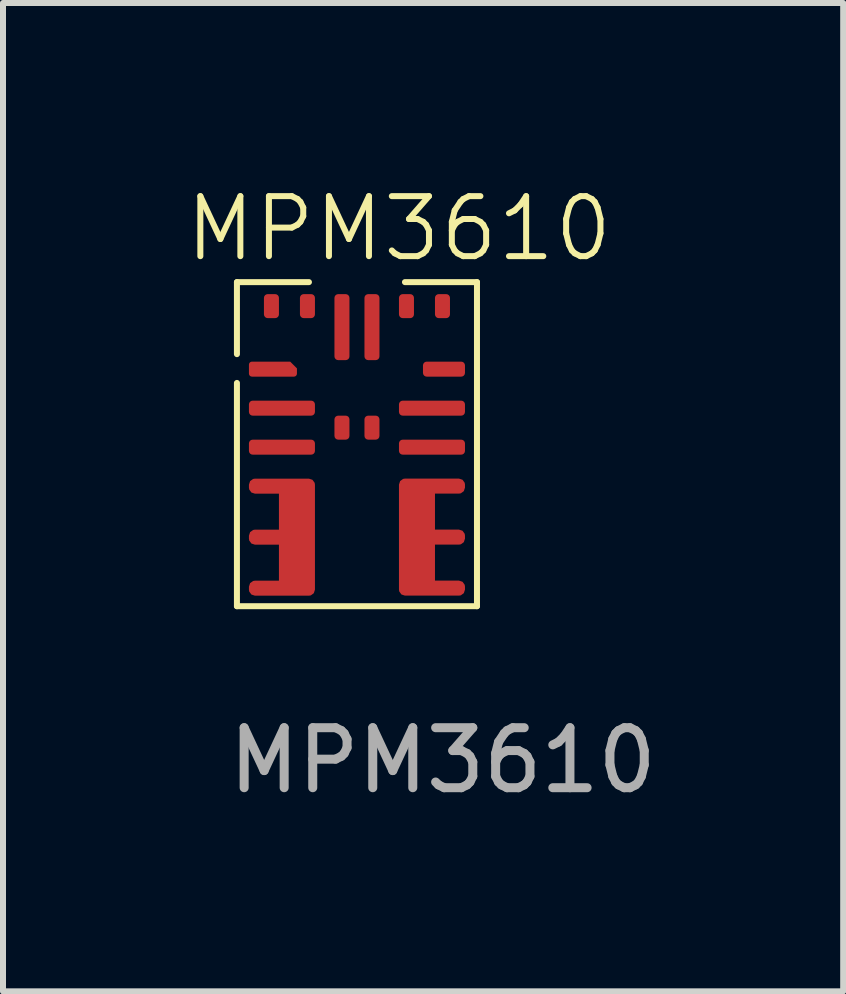
<source format=kicad_pcb>
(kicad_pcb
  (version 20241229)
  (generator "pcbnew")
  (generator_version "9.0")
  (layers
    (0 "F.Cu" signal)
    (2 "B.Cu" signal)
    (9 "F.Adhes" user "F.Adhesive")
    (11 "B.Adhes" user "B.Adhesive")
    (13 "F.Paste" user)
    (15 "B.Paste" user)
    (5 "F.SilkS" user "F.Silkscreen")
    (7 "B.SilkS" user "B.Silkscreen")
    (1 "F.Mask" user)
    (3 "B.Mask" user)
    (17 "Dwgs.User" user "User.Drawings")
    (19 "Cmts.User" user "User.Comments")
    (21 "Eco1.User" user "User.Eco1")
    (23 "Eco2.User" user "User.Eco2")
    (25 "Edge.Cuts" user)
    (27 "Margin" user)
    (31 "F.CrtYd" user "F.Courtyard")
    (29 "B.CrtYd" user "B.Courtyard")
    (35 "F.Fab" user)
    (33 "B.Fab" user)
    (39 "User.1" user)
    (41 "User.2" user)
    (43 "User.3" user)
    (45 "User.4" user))
  (footprint "MPM3610"
    (layer "F.Cu")
    (at 2.898 4.651)
    (property "Reference" "MPM3610" (at 0.7 -3.89 0) (unlocked yes) (layer "F.SilkS") (effects (font (size 1 1) (thickness 0.1))))
    (attr smd)
    (fp_line (start -2 -3) (end -0.8 -3) (stroke (width 0.1) (type default)) (layer "F.SilkS"))
    (fp_line (start -2 -1.8) (end -2 -3) (stroke (width 0.1) (type default)) (layer "F.SilkS"))
    (fp_line (start -2 -1.32) (end -2 2.4) (stroke (width 0.1) (type default)) (layer "F.SilkS"))
    (fp_line (start -2 2.4) (end 2 2.4) (stroke (width 0.1) (type default)) (layer "F.SilkS"))
    (fp_line (start 2 -3) (end 0.8 -3) (stroke (width 0.1) (type default)) (layer "F.SilkS"))
    (fp_line (start 2 2.4) (end 2 -3) (stroke (width 0.1) (type default)) (layer "F.SilkS"))
    (fp_text user "${REFERENCE}" (at 1.43 4.97 0) (unlocked yes) (layer "F.Fab") (effects (font (size 1 1) (thickness 0.15))))
    (pad "1" smd roundrect (at -1.4 -1.55) (size 0.8 0.25) (layers "F.Cu" "F.Mask" "F.Paste") (roundrect_rratio 0.2) (chamfer_ratio 0.45) (chamfer top_right))
    (pad "2" smd roundrect (at -1.25 -0.9) (size 1.1 0.25) (layers "F.Cu" "F.Mask" "F.Paste") (roundrect_rratio 0.25))
    (pad "3" smd roundrect (at -1.25 -0.25) (size 1.1 0.25) (layers "F.Cu" "F.Mask" "F.Paste") (roundrect_rratio 0.25))
    (pad "4" smd custom (at -1.7 0.375) (size 0.001 0.001) (layers "F.Cu" "F.Mask" "F.Paste") (options (anchor rect)) (primitives (gr_poly (pts (xy 0 0) (xy 0.9 0) (xy 0.9 1.75) (xy 0 1.75) (xy 0 1.7) (xy 0.5 1.7) (xy 0.5 0.9) (xy 0 0.9) (xy 0 0.85) (xy 0.5 0.85) (xy 0.5 0.05) (xy 0 0.05)) (width 0.2) (fill yes))))
    (pad "7" smd custom (at 1.7 2.124 180) (size 0.001 0.001) (layers "F.Cu" "F.Mask" "F.Paste") (options (anchor rect)) (primitives (gr_poly (pts (xy 0 0) (xy 0.9 0) (xy 0.9 1.75) (xy 0 1.75) (xy 0 1.7) (xy 0.5 1.7) (xy 0.5 0.9) (xy 0 0.9) (xy 0 0.85) (xy 0.5 0.85) (xy 0.5 0.05) (xy 0 0.05)) (width 0.2) (fill yes))))
    (pad "10" smd roundrect (at 1.25 -0.25) (size 1.1 0.25) (layers "F.Cu" "F.Mask" "F.Paste") (roundrect_rratio 0.25))
    (pad "11" smd roundrect (at 1.25 -0.9) (size 1.1 0.25) (layers "F.Cu" "F.Mask" "F.Paste") (roundrect_rratio 0.25))
    (pad "12" smd roundrect (at 1.45 -1.55) (size 0.7 0.25) (layers "F.Cu" "F.Mask" "F.Paste") (roundrect_rratio 0.25))
    (pad "13" smd roundrect (at 1.425 -2.6) (size 0.25 0.4) (layers "F.Cu" "F.Mask" "F.Paste") (roundrect_rratio 0.25))
    (pad "14" smd roundrect (at 0.825 -2.6) (size 0.25 0.4) (layers "F.Cu" "F.Mask" "F.Paste") (roundrect_rratio 0.25))
    (pad "15" smd roundrect (at 0.25 -2.25) (size 0.25 1.1) (layers "F.Cu" "F.Mask" "F.Paste") (roundrect_rratio 0.25))
    (pad "16" smd roundrect (at -0.25 -2.25) (size 0.25 1.1) (layers "F.Cu" "F.Mask" "F.Paste") (roundrect_rratio 0.25))
    (pad "17" smd roundrect (at -0.825 -2.6) (size 0.25 0.4) (layers "F.Cu" "F.Mask" "F.Paste") (roundrect_rratio 0.25))
    (pad "18" smd roundrect (at -1.425 -2.6) (size 0.25 0.4) (layers "F.Cu" "F.Mask" "F.Paste") (roundrect_rratio 0.25))
    (pad "19" smd roundrect (at -0.25 -0.575) (size 0.25 0.4) (layers "F.Cu" "F.Mask" "F.Paste") (roundrect_rratio 0.25))
    (pad "20" smd roundrect (at 0.25 -0.575) (size 0.25 0.4) (layers "F.Cu" "F.Mask" "F.Paste") (roundrect_rratio 0.25)))
  (gr_rect
    (start -3 -3)
    (end 11 13.469)
    (stroke (width 0.1) (type default))
    (fill no)
    (layer "Edge.Cuts")))
</source>
